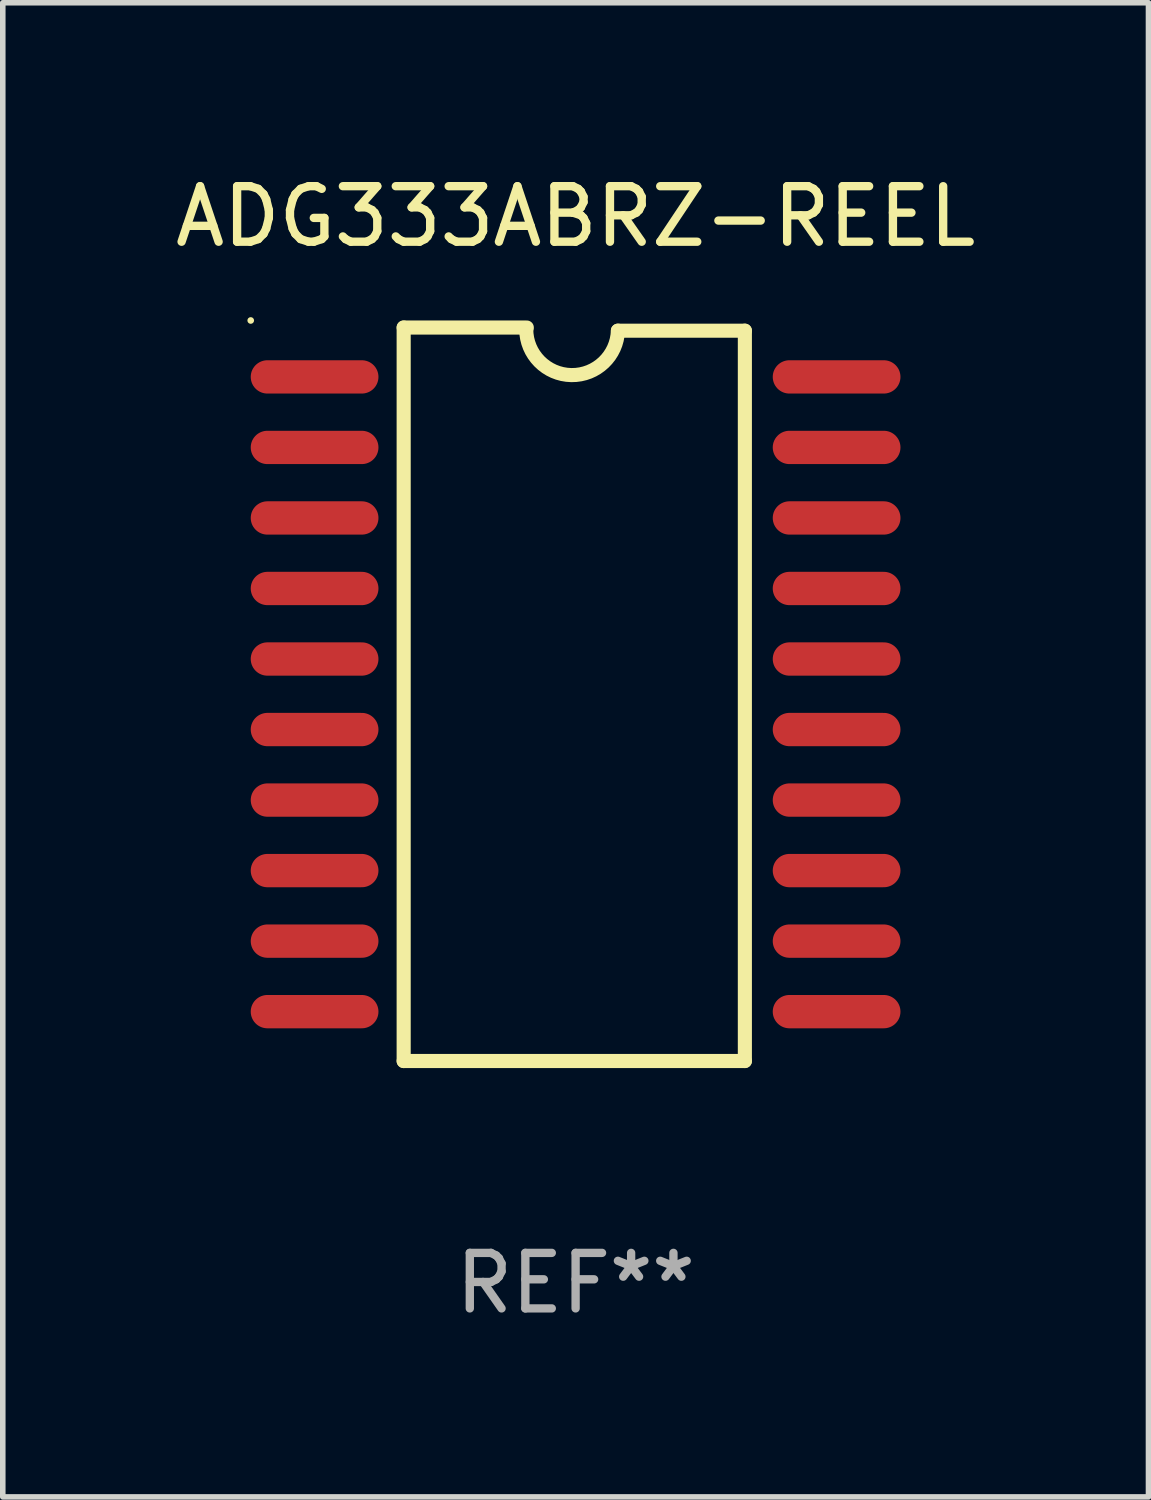
<source format=kicad_pcb>
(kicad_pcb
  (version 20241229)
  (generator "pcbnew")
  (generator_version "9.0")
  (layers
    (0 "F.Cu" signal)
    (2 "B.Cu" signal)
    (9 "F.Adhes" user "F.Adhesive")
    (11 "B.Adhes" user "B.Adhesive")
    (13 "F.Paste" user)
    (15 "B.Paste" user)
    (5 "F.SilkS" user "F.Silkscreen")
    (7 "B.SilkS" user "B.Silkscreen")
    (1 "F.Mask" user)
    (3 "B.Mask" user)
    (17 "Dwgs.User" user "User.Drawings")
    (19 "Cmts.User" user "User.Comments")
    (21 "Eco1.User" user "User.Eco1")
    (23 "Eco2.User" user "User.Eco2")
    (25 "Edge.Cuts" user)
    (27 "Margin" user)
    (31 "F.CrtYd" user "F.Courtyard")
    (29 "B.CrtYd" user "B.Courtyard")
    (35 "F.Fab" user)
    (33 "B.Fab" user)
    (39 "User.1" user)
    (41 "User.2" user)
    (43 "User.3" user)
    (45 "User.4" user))
  (footprint "ADG333ABRZ-REEL"
    (layer "F.Cu")
    (at 7.315 9.452)
    (property "Reference" "ADG333ABRZ-REEL" (at 0 -8.604 0) (layer "F.SilkS") (effects (font (size 1 1) (thickness 0.15))))
    (attr through_hole)
    (fp_line (start -3.096 -6.604) (end -0.879 -6.604) (stroke (width 0.254) (type solid)) (layer "F.SilkS"))
    (fp_line (start -3.096 6.604) (end -3.096 -6.604) (stroke (width 0.254) (type solid)) (layer "F.SilkS"))
    (fp_line (start 0.762 -6.547) (end 3.048 -6.547) (stroke (width 0.254) (type solid)) (layer "F.SilkS"))
    (fp_line (start 3.048 -6.547) (end 3.048 6.604) (stroke (width 0.254) (type solid)) (layer "F.SilkS"))
    (fp_line (start 3.048 6.604) (end -3.096 6.604) (stroke (width 0.254) (type solid)) (layer "F.SilkS"))
    (fp_arc (start 0.761976 -6.547422) (mid -0.076028 -5.747418) (end -0.889027 -6.572821) (stroke (width 0.254001) (type solid)) (layer "F.SilkS"))
    (fp_circle (center -5.85 -6.731) (end -5.82 -6.731) (stroke (width 0.06) (type solid)) (fill no) (layer "F.SilkS"))
    (fp_text user "REF**" (at 0 10.604 0) (layer "F.Fab") (effects (font (size 1 1) (thickness 0.15))))
    (pad "1" smd oval (at -4.7 -5.715 90) (size 0.6 2.3) (layers "F.Cu" "F.Mask" "F.Paste"))
    (pad "2" smd oval (at -4.7 -4.445 90) (size 0.6 2.3) (layers "F.Cu" "F.Mask" "F.Paste"))
    (pad "3" smd oval (at -4.7 -3.175 90) (size 0.6 2.3) (layers "F.Cu" "F.Mask" "F.Paste"))
    (pad "4" smd oval (at -4.7 -1.905 90) (size 0.6 2.3) (layers "F.Cu" "F.Mask" "F.Paste"))
    (pad "5" smd oval (at -4.7 -0.635 90) (size 0.6 2.3) (layers "F.Cu" "F.Mask" "F.Paste"))
    (pad "6" smd oval (at -4.7 0.635 90) (size 0.6 2.3) (layers "F.Cu" "F.Mask" "F.Paste"))
    (pad "7" smd oval (at -4.7 1.905 90) (size 0.6 2.3) (layers "F.Cu" "F.Mask" "F.Paste"))
    (pad "8" smd oval (at -4.7 3.175 90) (size 0.6 2.3) (layers "F.Cu" "F.Mask" "F.Paste"))
    (pad "9" smd oval (at -4.7 4.445 90) (size 0.6 2.3) (layers "F.Cu" "F.Mask" "F.Paste"))
    (pad "10" smd oval (at -4.7 5.715 90) (size 0.6 2.3) (layers "F.Cu" "F.Mask" "F.Paste"))
    (pad "11" smd oval (at 4.7 5.715 90) (size 0.6 2.3) (layers "F.Cu" "F.Mask" "F.Paste"))
    (pad "12" smd oval (at 4.7 4.445 90) (size 0.6 2.3) (layers "F.Cu" "F.Mask" "F.Paste"))
    (pad "13" smd oval (at 4.7 3.175 90) (size 0.6 2.3) (layers "F.Cu" "F.Mask" "F.Paste"))
    (pad "14" smd oval (at 4.7 1.905 90) (size 0.6 2.3) (layers "F.Cu" "F.Mask" "F.Paste"))
    (pad "15" smd oval (at 4.7 0.635 90) (size 0.6 2.3) (layers "F.Cu" "F.Mask" "F.Paste"))
    (pad "16" smd oval (at 4.7 -0.635 90) (size 0.6 2.3) (layers "F.Cu" "F.Mask" "F.Paste"))
    (pad "17" smd oval (at 4.7 -1.905 90) (size 0.6 2.3) (layers "F.Cu" "F.Mask" "F.Paste"))
    (pad "18" smd oval (at 4.7 -3.175 90) (size 0.6 2.3) (layers "F.Cu" "F.Mask" "F.Paste"))
    (pad "19" smd oval (at 4.7 -4.445 90) (size 0.6 2.3) (layers "F.Cu" "F.Mask" "F.Paste"))
    (pad "20" smd oval (at 4.7 -5.715 90) (size 0.6 2.3) (layers "F.Cu" "F.Mask" "F.Paste")))
  (gr_rect
    (start -3 -3)
    (end 17.631 23.905)
    (stroke (width 0.1) (type default))
    (fill no)
    (layer "Edge.Cuts")))
</source>
